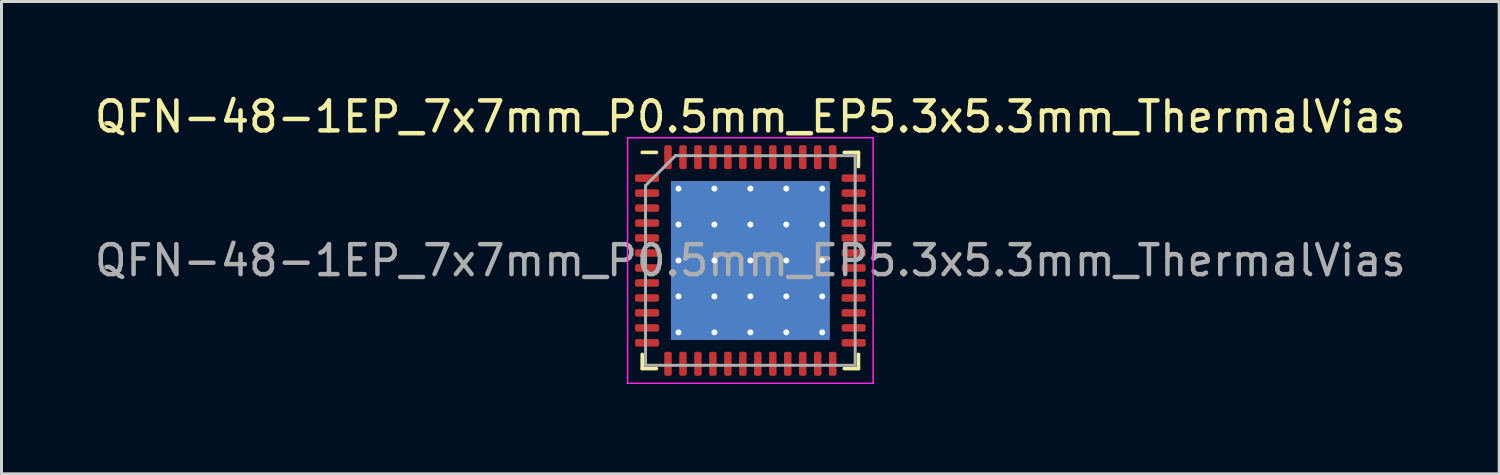
<source format=kicad_pcb>
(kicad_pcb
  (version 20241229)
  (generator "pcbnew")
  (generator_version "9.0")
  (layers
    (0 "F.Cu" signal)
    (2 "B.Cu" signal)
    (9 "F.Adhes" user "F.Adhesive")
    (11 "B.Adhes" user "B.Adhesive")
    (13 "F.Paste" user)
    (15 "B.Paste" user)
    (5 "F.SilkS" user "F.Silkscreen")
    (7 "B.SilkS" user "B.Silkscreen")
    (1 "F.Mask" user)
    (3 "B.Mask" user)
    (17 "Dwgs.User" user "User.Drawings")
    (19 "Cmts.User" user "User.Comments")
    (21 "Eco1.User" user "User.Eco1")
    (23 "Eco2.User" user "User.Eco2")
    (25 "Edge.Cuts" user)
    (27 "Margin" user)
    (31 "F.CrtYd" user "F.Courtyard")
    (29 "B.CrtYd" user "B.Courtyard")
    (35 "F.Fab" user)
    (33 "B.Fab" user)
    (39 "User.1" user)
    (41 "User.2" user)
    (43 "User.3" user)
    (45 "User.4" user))
  (footprint "QFN-48-1EP_7x7mm_P0.5mm_EP5.3x5.3mm_ThermalVias"
    (layer "F.Cu")
    (at 22.006 5.648)
    (property "Reference" "QFN-48-1EP_7x7mm_P0.5mm_EP5.3x5.3mm_ThermalVias" (at 0 -4.8 0) (layer "F.SilkS") (effects (font (size 1 1) (thickness 0.15))))
    (attr smd)
    (fp_line (start -3.61 3.61) (end -3.61 3.135) (stroke (width 0.12) (type solid)) (layer "F.SilkS"))
    (fp_line (start -3.135 -3.61) (end -3.61 -3.61) (stroke (width 0.12) (type solid)) (layer "F.SilkS"))
    (fp_line (start -3.135 3.61) (end -3.61 3.61) (stroke (width 0.12) (type solid)) (layer "F.SilkS"))
    (fp_line (start 3.135 -3.61) (end 3.61 -3.61) (stroke (width 0.12) (type solid)) (layer "F.SilkS"))
    (fp_line (start 3.135 3.61) (end 3.61 3.61) (stroke (width 0.12) (type solid)) (layer "F.SilkS"))
    (fp_line (start 3.61 -3.61) (end 3.61 -3.135) (stroke (width 0.12) (type solid)) (layer "F.SilkS"))
    (fp_line (start 3.61 3.61) (end 3.61 3.135) (stroke (width 0.12) (type solid)) (layer "F.SilkS"))
    (fp_line (start -4.1 -4.1) (end -4.1 4.1) (stroke (width 0.05) (type solid)) (layer "F.CrtYd"))
    (fp_line (start -4.1 4.1) (end 4.1 4.1) (stroke (width 0.05) (type solid)) (layer "F.CrtYd"))
    (fp_line (start 4.1 -4.1) (end -4.1 -4.1) (stroke (width 0.05) (type solid)) (layer "F.CrtYd"))
    (fp_line (start 4.1 4.1) (end 4.1 -4.1) (stroke (width 0.05) (type solid)) (layer "F.CrtYd"))
    (fp_line (start -3.5 -2.5) (end -2.5 -3.5) (stroke (width 0.1) (type solid)) (layer "F.Fab"))
    (fp_line (start -3.5 3.5) (end -3.5 -2.5) (stroke (width 0.1) (type solid)) (layer "F.Fab"))
    (fp_line (start -2.5 -3.5) (end 3.5 -3.5) (stroke (width 0.1) (type solid)) (layer "F.Fab"))
    (fp_line (start 3.5 -3.5) (end 3.5 3.5) (stroke (width 0.1) (type solid)) (layer "F.Fab"))
    (fp_line (start 3.5 3.5) (end -3.5 3.5) (stroke (width 0.1) (type solid)) (layer "F.Fab"))
    (fp_text user "${REFERENCE}" (at 0 0 0) (layer "F.Fab") (effects (font (size 1 1) (thickness 0.15))))
    (pad "" smd roundrect (at -1.8 -1.8) (size 1.026 1.026) (layers "F.Paste") (roundrect_rratio 0.244))
    (pad "" smd roundrect (at -1.8 -0.6) (size 1.026 1.026) (layers "F.Paste") (roundrect_rratio 0.244))
    (pad "" smd roundrect (at -1.8 0.6) (size 1.026 1.026) (layers "F.Paste") (roundrect_rratio 0.244))
    (pad "" smd roundrect (at -1.8 1.8) (size 1.026 1.026) (layers "F.Paste") (roundrect_rratio 0.244))
    (pad "" smd roundrect (at -0.6 -1.8) (size 1.026 1.026) (layers "F.Paste") (roundrect_rratio 0.244))
    (pad "" smd roundrect (at -0.6 -0.6) (size 1.026 1.026) (layers "F.Paste") (roundrect_rratio 0.244))
    (pad "" smd roundrect (at -0.6 0.6) (size 1.026 1.026) (layers "F.Paste") (roundrect_rratio 0.244))
    (pad "" smd roundrect (at -0.6 1.8) (size 1.026 1.026) (layers "F.Paste") (roundrect_rratio 0.244))
    (pad "" smd roundrect (at 0.6 -1.8) (size 1.026 1.026) (layers "F.Paste") (roundrect_rratio 0.244))
    (pad "" smd roundrect (at 0.6 -0.6) (size 1.026 1.026) (layers "F.Paste") (roundrect_rratio 0.244))
    (pad "" smd roundrect (at 0.6 0.6) (size 1.026 1.026) (layers "F.Paste") (roundrect_rratio 0.244))
    (pad "" smd roundrect (at 0.6 1.8) (size 1.026 1.026) (layers "F.Paste") (roundrect_rratio 0.244))
    (pad "" smd roundrect (at 1.8 -1.8) (size 1.026 1.026) (layers "F.Paste") (roundrect_rratio 0.244))
    (pad "" smd roundrect (at 1.8 -0.6) (size 1.026 1.026) (layers "F.Paste") (roundrect_rratio 0.244))
    (pad "" smd roundrect (at 1.8 0.6) (size 1.026 1.026) (layers "F.Paste") (roundrect_rratio 0.244))
    (pad "" smd roundrect (at 1.8 1.8) (size 1.026 1.026) (layers "F.Paste") (roundrect_rratio 0.244))
    (pad "1" smd roundrect (at -3.45 -2.75) (size 0.8 0.25) (layers "F.Cu" "F.Mask" "F.Paste") (roundrect_rratio 0.25))
    (pad "2" smd roundrect (at -3.45 -2.25) (size 0.8 0.25) (layers "F.Cu" "F.Mask" "F.Paste") (roundrect_rratio 0.25))
    (pad "3" smd roundrect (at -3.45 -1.75) (size 0.8 0.25) (layers "F.Cu" "F.Mask" "F.Paste") (roundrect_rratio 0.25))
    (pad "4" smd roundrect (at -3.45 -1.25) (size 0.8 0.25) (layers "F.Cu" "F.Mask" "F.Paste") (roundrect_rratio 0.25))
    (pad "5" smd roundrect (at -3.45 -0.75) (size 0.8 0.25) (layers "F.Cu" "F.Mask" "F.Paste") (roundrect_rratio 0.25))
    (pad "6" smd roundrect (at -3.45 -0.25) (size 0.8 0.25) (layers "F.Cu" "F.Mask" "F.Paste") (roundrect_rratio 0.25))
    (pad "7" smd roundrect (at -3.45 0.25) (size 0.8 0.25) (layers "F.Cu" "F.Mask" "F.Paste") (roundrect_rratio 0.25))
    (pad "8" smd roundrect (at -3.45 0.75) (size 0.8 0.25) (layers "F.Cu" "F.Mask" "F.Paste") (roundrect_rratio 0.25))
    (pad "9" smd roundrect (at -3.45 1.25) (size 0.8 0.25) (layers "F.Cu" "F.Mask" "F.Paste") (roundrect_rratio 0.25))
    (pad "10" smd roundrect (at -3.45 1.75) (size 0.8 0.25) (layers "F.Cu" "F.Mask" "F.Paste") (roundrect_rratio 0.25))
    (pad "11" smd roundrect (at -3.45 2.25) (size 0.8 0.25) (layers "F.Cu" "F.Mask" "F.Paste") (roundrect_rratio 0.25))
    (pad "12" smd roundrect (at -3.45 2.75) (size 0.8 0.25) (layers "F.Cu" "F.Mask" "F.Paste") (roundrect_rratio 0.25))
    (pad "13" smd roundrect (at -2.75 3.45) (size 0.25 0.8) (layers "F.Cu" "F.Mask" "F.Paste") (roundrect_rratio 0.25))
    (pad "14" smd roundrect (at -2.25 3.45) (size 0.25 0.8) (layers "F.Cu" "F.Mask" "F.Paste") (roundrect_rratio 0.25))
    (pad "15" smd roundrect (at -1.75 3.45) (size 0.25 0.8) (layers "F.Cu" "F.Mask" "F.Paste") (roundrect_rratio 0.25))
    (pad "16" smd roundrect (at -1.25 3.45) (size 0.25 0.8) (layers "F.Cu" "F.Mask" "F.Paste") (roundrect_rratio 0.25))
    (pad "17" smd roundrect (at -0.75 3.45) (size 0.25 0.8) (layers "F.Cu" "F.Mask" "F.Paste") (roundrect_rratio 0.25))
    (pad "18" smd roundrect (at -0.25 3.45) (size 0.25 0.8) (layers "F.Cu" "F.Mask" "F.Paste") (roundrect_rratio 0.25))
    (pad "19" smd roundrect (at 0.25 3.45) (size 0.25 0.8) (layers "F.Cu" "F.Mask" "F.Paste") (roundrect_rratio 0.25))
    (pad "20" smd roundrect (at 0.75 3.45) (size 0.25 0.8) (layers "F.Cu" "F.Mask" "F.Paste") (roundrect_rratio 0.25))
    (pad "21" smd roundrect (at 1.25 3.45) (size 0.25 0.8) (layers "F.Cu" "F.Mask" "F.Paste") (roundrect_rratio 0.25))
    (pad "22" smd roundrect (at 1.75 3.45) (size 0.25 0.8) (layers "F.Cu" "F.Mask" "F.Paste") (roundrect_rratio 0.25))
    (pad "23" smd roundrect (at 2.25 3.45) (size 0.25 0.8) (layers "F.Cu" "F.Mask" "F.Paste") (roundrect_rratio 0.25))
    (pad "24" smd roundrect (at 2.75 3.45) (size 0.25 0.8) (layers "F.Cu" "F.Mask" "F.Paste") (roundrect_rratio 0.25))
    (pad "25" smd roundrect (at 3.45 2.75) (size 0.8 0.25) (layers "F.Cu" "F.Mask" "F.Paste") (roundrect_rratio 0.25))
    (pad "26" smd roundrect (at 3.45 2.25) (size 0.8 0.25) (layers "F.Cu" "F.Mask" "F.Paste") (roundrect_rratio 0.25))
    (pad "27" smd roundrect (at 3.45 1.75) (size 0.8 0.25) (layers "F.Cu" "F.Mask" "F.Paste") (roundrect_rratio 0.25))
    (pad "28" smd roundrect (at 3.45 1.25) (size 0.8 0.25) (layers "F.Cu" "F.Mask" "F.Paste") (roundrect_rratio 0.25))
    (pad "29" smd roundrect (at 3.45 0.75) (size 0.8 0.25) (layers "F.Cu" "F.Mask" "F.Paste") (roundrect_rratio 0.25))
    (pad "30" smd roundrect (at 3.45 0.25) (size 0.8 0.25) (layers "F.Cu" "F.Mask" "F.Paste") (roundrect_rratio 0.25))
    (pad "31" smd roundrect (at 3.45 -0.25) (size 0.8 0.25) (layers "F.Cu" "F.Mask" "F.Paste") (roundrect_rratio 0.25))
    (pad "32" smd roundrect (at 3.45 -0.75) (size 0.8 0.25) (layers "F.Cu" "F.Mask" "F.Paste") (roundrect_rratio 0.25))
    (pad "33" smd roundrect (at 3.45 -1.25) (size 0.8 0.25) (layers "F.Cu" "F.Mask" "F.Paste") (roundrect_rratio 0.25))
    (pad "34" smd roundrect (at 3.45 -1.75) (size 0.8 0.25) (layers "F.Cu" "F.Mask" "F.Paste") (roundrect_rratio 0.25))
    (pad "35" smd roundrect (at 3.45 -2.25) (size 0.8 0.25) (layers "F.Cu" "F.Mask" "F.Paste") (roundrect_rratio 0.25))
    (pad "36" smd roundrect (at 3.45 -2.75) (size 0.8 0.25) (layers "F.Cu" "F.Mask" "F.Paste") (roundrect_rratio 0.25))
    (pad "37" smd roundrect (at 2.75 -3.45) (size 0.25 0.8) (layers "F.Cu" "F.Mask" "F.Paste") (roundrect_rratio 0.25))
    (pad "38" smd roundrect (at 2.25 -3.45) (size 0.25 0.8) (layers "F.Cu" "F.Mask" "F.Paste") (roundrect_rratio 0.25))
    (pad "39" smd roundrect (at 1.75 -3.45) (size 0.25 0.8) (layers "F.Cu" "F.Mask" "F.Paste") (roundrect_rratio 0.25))
    (pad "40" smd roundrect (at 1.25 -3.45) (size 0.25 0.8) (layers "F.Cu" "F.Mask" "F.Paste") (roundrect_rratio 0.25))
    (pad "41" smd roundrect (at 0.75 -3.45) (size 0.25 0.8) (layers "F.Cu" "F.Mask" "F.Paste") (roundrect_rratio 0.25))
    (pad "42" smd roundrect (at 0.25 -3.45) (size 0.25 0.8) (layers "F.Cu" "F.Mask" "F.Paste") (roundrect_rratio 0.25))
    (pad "43" smd roundrect (at -0.25 -3.45) (size 0.25 0.8) (layers "F.Cu" "F.Mask" "F.Paste") (roundrect_rratio 0.25))
    (pad "44" smd roundrect (at -0.75 -3.45) (size 0.25 0.8) (layers "F.Cu" "F.Mask" "F.Paste") (roundrect_rratio 0.25))
    (pad "45" smd roundrect (at -1.25 -3.45) (size 0.25 0.8) (layers "F.Cu" "F.Mask" "F.Paste") (roundrect_rratio 0.25))
    (pad "46" smd roundrect (at -1.75 -3.45) (size 0.25 0.8) (layers "F.Cu" "F.Mask" "F.Paste") (roundrect_rratio 0.25))
    (pad "47" smd roundrect (at -2.25 -3.45) (size 0.25 0.8) (layers "F.Cu" "F.Mask" "F.Paste") (roundrect_rratio 0.25))
    (pad "48" smd roundrect (at -2.75 -3.45) (size 0.25 0.8) (layers "F.Cu" "F.Mask" "F.Paste") (roundrect_rratio 0.25))
    (pad "49" thru_hole circle (at -2.4 -2.4) (size 0.5 0.5) (drill 0.2) (layers "*.Cu"))
    (pad "49" thru_hole circle (at -2.4 -1.2) (size 0.5 0.5) (drill 0.2) (layers "*.Cu"))
    (pad "49" thru_hole circle (at -2.4 0) (size 0.5 0.5) (drill 0.2) (layers "*.Cu"))
    (pad "49" thru_hole circle (at -2.4 1.2) (size 0.5 0.5) (drill 0.2) (layers "*.Cu"))
    (pad "49" thru_hole circle (at -2.4 2.4) (size 0.5 0.5) (drill 0.2) (layers "*.Cu"))
    (pad "49" thru_hole circle (at -1.2 -2.4) (size 0.5 0.5) (drill 0.2) (layers "*.Cu"))
    (pad "49" thru_hole circle (at -1.2 -1.2) (size 0.5 0.5) (drill 0.2) (layers "*.Cu"))
    (pad "49" thru_hole circle (at -1.2 0) (size 0.5 0.5) (drill 0.2) (layers "*.Cu"))
    (pad "49" thru_hole circle (at -1.2 1.2) (size 0.5 0.5) (drill 0.2) (layers "*.Cu"))
    (pad "49" thru_hole circle (at -1.2 2.4) (size 0.5 0.5) (drill 0.2) (layers "*.Cu"))
    (pad "49" thru_hole circle (at 0 -2.4) (size 0.5 0.5) (drill 0.2) (layers "*.Cu"))
    (pad "49" thru_hole circle (at 0 -1.2) (size 0.5 0.5) (drill 0.2) (layers "*.Cu"))
    (pad "49" thru_hole circle (at 0 0) (size 0.5 0.5) (drill 0.2) (layers "*.Cu"))
    (pad "49" smd rect (at 0 0) (size 5.3 5.3) (layers "F.Cu" "F.Mask"))
    (pad "49" smd rect (at 0 0) (size 5.3 5.3) (layers "B.Cu"))
    (pad "49" thru_hole circle (at 0 1.2) (size 0.5 0.5) (drill 0.2) (layers "*.Cu"))
    (pad "49" thru_hole circle (at 0 2.4) (size 0.5 0.5) (drill 0.2) (layers "*.Cu"))
    (pad "49" thru_hole circle (at 1.2 -2.4) (size 0.5 0.5) (drill 0.2) (layers "*.Cu"))
    (pad "49" thru_hole circle (at 1.2 -1.2) (size 0.5 0.5) (drill 0.2) (layers "*.Cu"))
    (pad "49" thru_hole circle (at 1.2 0) (size 0.5 0.5) (drill 0.2) (layers "*.Cu"))
    (pad "49" thru_hole circle (at 1.2 1.2) (size 0.5 0.5) (drill 0.2) (layers "*.Cu"))
    (pad "49" thru_hole circle (at 1.2 2.4) (size 0.5 0.5) (drill 0.2) (layers "*.Cu"))
    (pad "49" thru_hole circle (at 2.4 -2.4) (size 0.5 0.5) (drill 0.2) (layers "*.Cu"))
    (pad "49" thru_hole circle (at 2.4 -1.2) (size 0.5 0.5) (drill 0.2) (layers "*.Cu"))
    (pad "49" thru_hole circle (at 2.4 0) (size 0.5 0.5) (drill 0.2) (layers "*.Cu"))
    (pad "49" thru_hole circle (at 2.4 1.2) (size 0.5 0.5) (drill 0.2) (layers "*.Cu"))
    (pad "49" thru_hole circle (at 2.4 2.4) (size 0.5 0.5) (drill 0.2) (layers "*.Cu")))
  (gr_rect
    (start -3 -3)
    (end 47.012 12.773)
    (stroke (width 0.1) (type default))
    (fill no)
    (layer "Edge.Cuts")))
</source>
